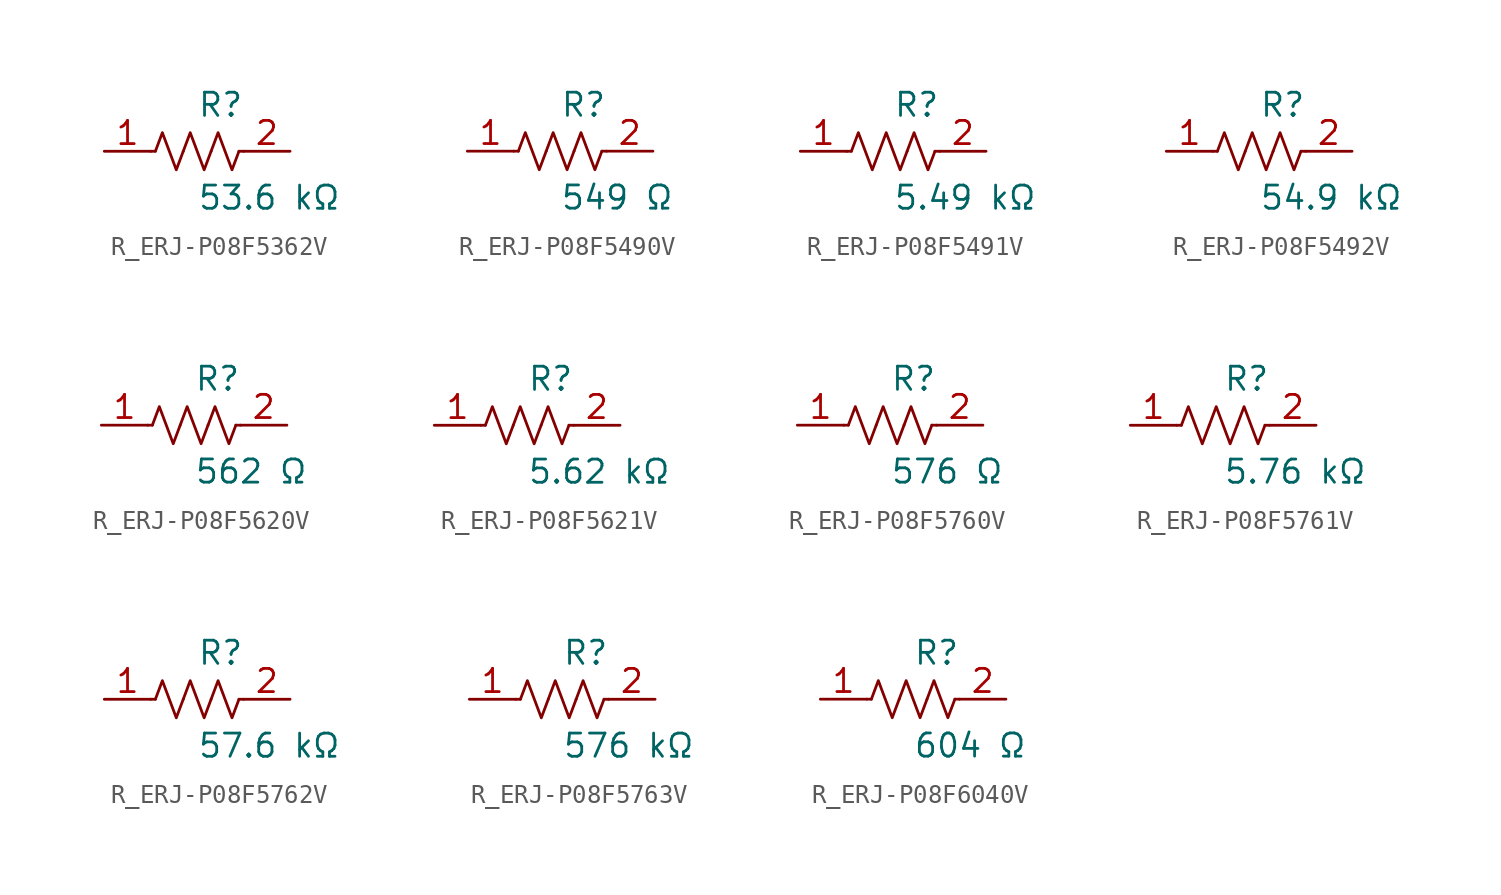
<source format=kicad_sym>
(kicad_symbol_lib
  (version 20231120)
  (generator kicad_symbol_editor)
  (generator_version 8.0)
  (symbol "R_ERJ-P08F5362V"
    (pin_names
      (offset 0.254))
    (property "Reference" "R"
      (at 0.0 2.54 0)
      (effects (font (size 1.27 1.27)) (justify left)))
    (property "Value" "53.6 kΩ"
      (at 0.0 -2.54 0)
      (effects (font (size 1.27 1.27)) (justify left)))
    (symbol "R_ERJ-P08F5362V_0_1"
      (polyline (pts (xy 2.286 0) (xy 2.54 0)) (stroke (width 0) (type default)) (fill (type none)))
      (polyline (pts (xy -2.286 0) (xy -2.54 0)) (stroke (width 0) (type default)) (fill (type none)))
      (polyline (pts (xy 0.762 0) (xy 1.143 1.016) (xy 1.524 0) (xy 1.905 -1.016) (xy 2.286 0)) (stroke (width 0) (type default)) (fill (type none)))
      (polyline (pts (xy -0.762 0) (xy -0.381 1.016) (xy 0 0) (xy 0.381 -1.016) (xy 0.762 0)) (stroke (width 0) (type default)) (fill (type none)))
      (polyline (pts (xy -2.286 0) (xy -1.905 1.016) (xy -1.524 0) (xy -1.143 -1.016) (xy -0.762 0)) (stroke (width 0) (type default)) (fill (type none))))
    (pin unspecified line
      (at -5.08 0 0)
      (length 2.54)
      (name "" (effects (font (size 1.27 1.27))))
      (number "1" (effects (font (size 1.27 1.27)))))
    (pin unspecified line
      (at 5.08 0 180)
      (length 2.54)
      (name "" (effects (font (size 1.27 1.27))))
      (number "2" (effects (font (size 1.27 1.27))))))
  (symbol "R_ERJ-P08F5490V"
    (pin_names
      (offset 0.254))
    (property "Reference" "R"
      (at 0.0 2.54 0)
      (effects (font (size 1.27 1.27)) (justify left)))
    (property "Value" "549 Ω"
      (at 0.0 -2.54 0)
      (effects (font (size 1.27 1.27)) (justify left)))
    (symbol "R_ERJ-P08F5490V_0_1"
      (polyline (pts (xy 2.286 0) (xy 2.54 0)) (stroke (width 0) (type default)) (fill (type none)))
      (polyline (pts (xy -2.286 0) (xy -2.54 0)) (stroke (width 0) (type default)) (fill (type none)))
      (polyline (pts (xy 0.762 0) (xy 1.143 1.016) (xy 1.524 0) (xy 1.905 -1.016) (xy 2.286 0)) (stroke (width 0) (type default)) (fill (type none)))
      (polyline (pts (xy -0.762 0) (xy -0.381 1.016) (xy 0 0) (xy 0.381 -1.016) (xy 0.762 0)) (stroke (width 0) (type default)) (fill (type none)))
      (polyline (pts (xy -2.286 0) (xy -1.905 1.016) (xy -1.524 0) (xy -1.143 -1.016) (xy -0.762 0)) (stroke (width 0) (type default)) (fill (type none))))
    (pin unspecified line
      (at -5.08 0 0)
      (length 2.54)
      (name "" (effects (font (size 1.27 1.27))))
      (number "1" (effects (font (size 1.27 1.27)))))
    (pin unspecified line
      (at 5.08 0 180)
      (length 2.54)
      (name "" (effects (font (size 1.27 1.27))))
      (number "2" (effects (font (size 1.27 1.27))))))
  (symbol "R_ERJ-P08F5491V"
    (pin_names
      (offset 0.254))
    (property "Reference" "R"
      (at 0.0 2.54 0)
      (effects (font (size 1.27 1.27)) (justify left)))
    (property "Value" "5.49 kΩ"
      (at 0.0 -2.54 0)
      (effects (font (size 1.27 1.27)) (justify left)))
    (symbol "R_ERJ-P08F5491V_0_1"
      (polyline (pts (xy 2.286 0) (xy 2.54 0)) (stroke (width 0) (type default)) (fill (type none)))
      (polyline (pts (xy -2.286 0) (xy -2.54 0)) (stroke (width 0) (type default)) (fill (type none)))
      (polyline (pts (xy 0.762 0) (xy 1.143 1.016) (xy 1.524 0) (xy 1.905 -1.016) (xy 2.286 0)) (stroke (width 0) (type default)) (fill (type none)))
      (polyline (pts (xy -0.762 0) (xy -0.381 1.016) (xy 0 0) (xy 0.381 -1.016) (xy 0.762 0)) (stroke (width 0) (type default)) (fill (type none)))
      (polyline (pts (xy -2.286 0) (xy -1.905 1.016) (xy -1.524 0) (xy -1.143 -1.016) (xy -0.762 0)) (stroke (width 0) (type default)) (fill (type none))))
    (pin unspecified line
      (at -5.08 0 0)
      (length 2.54)
      (name "" (effects (font (size 1.27 1.27))))
      (number "1" (effects (font (size 1.27 1.27)))))
    (pin unspecified line
      (at 5.08 0 180)
      (length 2.54)
      (name "" (effects (font (size 1.27 1.27))))
      (number "2" (effects (font (size 1.27 1.27))))))
  (symbol "R_ERJ-P08F5492V"
    (pin_names
      (offset 0.254))
    (property "Reference" "R"
      (at 0.0 2.54 0)
      (effects (font (size 1.27 1.27)) (justify left)))
    (property "Value" "54.9 kΩ"
      (at 0.0 -2.54 0)
      (effects (font (size 1.27 1.27)) (justify left)))
    (symbol "R_ERJ-P08F5492V_0_1"
      (polyline (pts (xy 2.286 0) (xy 2.54 0)) (stroke (width 0) (type default)) (fill (type none)))
      (polyline (pts (xy -2.286 0) (xy -2.54 0)) (stroke (width 0) (type default)) (fill (type none)))
      (polyline (pts (xy 0.762 0) (xy 1.143 1.016) (xy 1.524 0) (xy 1.905 -1.016) (xy 2.286 0)) (stroke (width 0) (type default)) (fill (type none)))
      (polyline (pts (xy -0.762 0) (xy -0.381 1.016) (xy 0 0) (xy 0.381 -1.016) (xy 0.762 0)) (stroke (width 0) (type default)) (fill (type none)))
      (polyline (pts (xy -2.286 0) (xy -1.905 1.016) (xy -1.524 0) (xy -1.143 -1.016) (xy -0.762 0)) (stroke (width 0) (type default)) (fill (type none))))
    (pin unspecified line
      (at -5.08 0 0)
      (length 2.54)
      (name "" (effects (font (size 1.27 1.27))))
      (number "1" (effects (font (size 1.27 1.27)))))
    (pin unspecified line
      (at 5.08 0 180)
      (length 2.54)
      (name "" (effects (font (size 1.27 1.27))))
      (number "2" (effects (font (size 1.27 1.27))))))
  (symbol "R_ERJ-P08F5620V"
    (pin_names
      (offset 0.254))
    (property "Reference" "R"
      (at 0.0 2.54 0)
      (effects (font (size 1.27 1.27)) (justify left)))
    (property "Value" "562 Ω"
      (at 0.0 -2.54 0)
      (effects (font (size 1.27 1.27)) (justify left)))
    (symbol "R_ERJ-P08F5620V_0_1"
      (polyline (pts (xy 2.286 0) (xy 2.54 0)) (stroke (width 0) (type default)) (fill (type none)))
      (polyline (pts (xy -2.286 0) (xy -2.54 0)) (stroke (width 0) (type default)) (fill (type none)))
      (polyline (pts (xy 0.762 0) (xy 1.143 1.016) (xy 1.524 0) (xy 1.905 -1.016) (xy 2.286 0)) (stroke (width 0) (type default)) (fill (type none)))
      (polyline (pts (xy -0.762 0) (xy -0.381 1.016) (xy 0 0) (xy 0.381 -1.016) (xy 0.762 0)) (stroke (width 0) (type default)) (fill (type none)))
      (polyline (pts (xy -2.286 0) (xy -1.905 1.016) (xy -1.524 0) (xy -1.143 -1.016) (xy -0.762 0)) (stroke (width 0) (type default)) (fill (type none))))
    (pin unspecified line
      (at -5.08 0 0)
      (length 2.54)
      (name "" (effects (font (size 1.27 1.27))))
      (number "1" (effects (font (size 1.27 1.27)))))
    (pin unspecified line
      (at 5.08 0 180)
      (length 2.54)
      (name "" (effects (font (size 1.27 1.27))))
      (number "2" (effects (font (size 1.27 1.27))))))
  (symbol "R_ERJ-P08F5621V"
    (pin_names
      (offset 0.254))
    (property "Reference" "R"
      (at 0.0 2.54 0)
      (effects (font (size 1.27 1.27)) (justify left)))
    (property "Value" "5.62 kΩ"
      (at 0.0 -2.54 0)
      (effects (font (size 1.27 1.27)) (justify left)))
    (symbol "R_ERJ-P08F5621V_0_1"
      (polyline (pts (xy 2.286 0) (xy 2.54 0)) (stroke (width 0) (type default)) (fill (type none)))
      (polyline (pts (xy -2.286 0) (xy -2.54 0)) (stroke (width 0) (type default)) (fill (type none)))
      (polyline (pts (xy 0.762 0) (xy 1.143 1.016) (xy 1.524 0) (xy 1.905 -1.016) (xy 2.286 0)) (stroke (width 0) (type default)) (fill (type none)))
      (polyline (pts (xy -0.762 0) (xy -0.381 1.016) (xy 0 0) (xy 0.381 -1.016) (xy 0.762 0)) (stroke (width 0) (type default)) (fill (type none)))
      (polyline (pts (xy -2.286 0) (xy -1.905 1.016) (xy -1.524 0) (xy -1.143 -1.016) (xy -0.762 0)) (stroke (width 0) (type default)) (fill (type none))))
    (pin unspecified line
      (at -5.08 0 0)
      (length 2.54)
      (name "" (effects (font (size 1.27 1.27))))
      (number "1" (effects (font (size 1.27 1.27)))))
    (pin unspecified line
      (at 5.08 0 180)
      (length 2.54)
      (name "" (effects (font (size 1.27 1.27))))
      (number "2" (effects (font (size 1.27 1.27))))))
  (symbol "R_ERJ-P08F5760V"
    (pin_names
      (offset 0.254))
    (property "Reference" "R"
      (at 0.0 2.54 0)
      (effects (font (size 1.27 1.27)) (justify left)))
    (property "Value" "576 Ω"
      (at 0.0 -2.54 0)
      (effects (font (size 1.27 1.27)) (justify left)))
    (symbol "R_ERJ-P08F5760V_0_1"
      (polyline (pts (xy 2.286 0) (xy 2.54 0)) (stroke (width 0) (type default)) (fill (type none)))
      (polyline (pts (xy -2.286 0) (xy -2.54 0)) (stroke (width 0) (type default)) (fill (type none)))
      (polyline (pts (xy 0.762 0) (xy 1.143 1.016) (xy 1.524 0) (xy 1.905 -1.016) (xy 2.286 0)) (stroke (width 0) (type default)) (fill (type none)))
      (polyline (pts (xy -0.762 0) (xy -0.381 1.016) (xy 0 0) (xy 0.381 -1.016) (xy 0.762 0)) (stroke (width 0) (type default)) (fill (type none)))
      (polyline (pts (xy -2.286 0) (xy -1.905 1.016) (xy -1.524 0) (xy -1.143 -1.016) (xy -0.762 0)) (stroke (width 0) (type default)) (fill (type none))))
    (pin unspecified line
      (at -5.08 0 0)
      (length 2.54)
      (name "" (effects (font (size 1.27 1.27))))
      (number "1" (effects (font (size 1.27 1.27)))))
    (pin unspecified line
      (at 5.08 0 180)
      (length 2.54)
      (name "" (effects (font (size 1.27 1.27))))
      (number "2" (effects (font (size 1.27 1.27))))))
  (symbol "R_ERJ-P08F5761V"
    (pin_names
      (offset 0.254))
    (property "Reference" "R"
      (at 0.0 2.54 0)
      (effects (font (size 1.27 1.27)) (justify left)))
    (property "Value" "5.76 kΩ"
      (at 0.0 -2.54 0)
      (effects (font (size 1.27 1.27)) (justify left)))
    (symbol "R_ERJ-P08F5761V_0_1"
      (polyline (pts (xy 2.286 0) (xy 2.54 0)) (stroke (width 0) (type default)) (fill (type none)))
      (polyline (pts (xy -2.286 0) (xy -2.54 0)) (stroke (width 0) (type default)) (fill (type none)))
      (polyline (pts (xy 0.762 0) (xy 1.143 1.016) (xy 1.524 0) (xy 1.905 -1.016) (xy 2.286 0)) (stroke (width 0) (type default)) (fill (type none)))
      (polyline (pts (xy -0.762 0) (xy -0.381 1.016) (xy 0 0) (xy 0.381 -1.016) (xy 0.762 0)) (stroke (width 0) (type default)) (fill (type none)))
      (polyline (pts (xy -2.286 0) (xy -1.905 1.016) (xy -1.524 0) (xy -1.143 -1.016) (xy -0.762 0)) (stroke (width 0) (type default)) (fill (type none))))
    (pin unspecified line
      (at -5.08 0 0)
      (length 2.54)
      (name "" (effects (font (size 1.27 1.27))))
      (number "1" (effects (font (size 1.27 1.27)))))
    (pin unspecified line
      (at 5.08 0 180)
      (length 2.54)
      (name "" (effects (font (size 1.27 1.27))))
      (number "2" (effects (font (size 1.27 1.27))))))
  (symbol "R_ERJ-P08F5762V"
    (pin_names
      (offset 0.254))
    (property "Reference" "R"
      (at 0.0 2.54 0)
      (effects (font (size 1.27 1.27)) (justify left)))
    (property "Value" "57.6 kΩ"
      (at 0.0 -2.54 0)
      (effects (font (size 1.27 1.27)) (justify left)))
    (symbol "R_ERJ-P08F5762V_0_1"
      (polyline (pts (xy 2.286 0) (xy 2.54 0)) (stroke (width 0) (type default)) (fill (type none)))
      (polyline (pts (xy -2.286 0) (xy -2.54 0)) (stroke (width 0) (type default)) (fill (type none)))
      (polyline (pts (xy 0.762 0) (xy 1.143 1.016) (xy 1.524 0) (xy 1.905 -1.016) (xy 2.286 0)) (stroke (width 0) (type default)) (fill (type none)))
      (polyline (pts (xy -0.762 0) (xy -0.381 1.016) (xy 0 0) (xy 0.381 -1.016) (xy 0.762 0)) (stroke (width 0) (type default)) (fill (type none)))
      (polyline (pts (xy -2.286 0) (xy -1.905 1.016) (xy -1.524 0) (xy -1.143 -1.016) (xy -0.762 0)) (stroke (width 0) (type default)) (fill (type none))))
    (pin unspecified line
      (at -5.08 0 0)
      (length 2.54)
      (name "" (effects (font (size 1.27 1.27))))
      (number "1" (effects (font (size 1.27 1.27)))))
    (pin unspecified line
      (at 5.08 0 180)
      (length 2.54)
      (name "" (effects (font (size 1.27 1.27))))
      (number "2" (effects (font (size 1.27 1.27))))))
  (symbol "R_ERJ-P08F5763V"
    (pin_names
      (offset 0.254))
    (property "Reference" "R"
      (at 0.0 2.54 0)
      (effects (font (size 1.27 1.27)) (justify left)))
    (property "Value" "576 kΩ"
      (at 0.0 -2.54 0)
      (effects (font (size 1.27 1.27)) (justify left)))
    (symbol "R_ERJ-P08F5763V_0_1"
      (polyline (pts (xy 2.286 0) (xy 2.54 0)) (stroke (width 0) (type default)) (fill (type none)))
      (polyline (pts (xy -2.286 0) (xy -2.54 0)) (stroke (width 0) (type default)) (fill (type none)))
      (polyline (pts (xy 0.762 0) (xy 1.143 1.016) (xy 1.524 0) (xy 1.905 -1.016) (xy 2.286 0)) (stroke (width 0) (type default)) (fill (type none)))
      (polyline (pts (xy -0.762 0) (xy -0.381 1.016) (xy 0 0) (xy 0.381 -1.016) (xy 0.762 0)) (stroke (width 0) (type default)) (fill (type none)))
      (polyline (pts (xy -2.286 0) (xy -1.905 1.016) (xy -1.524 0) (xy -1.143 -1.016) (xy -0.762 0)) (stroke (width 0) (type default)) (fill (type none))))
    (pin unspecified line
      (at -5.08 0 0)
      (length 2.54)
      (name "" (effects (font (size 1.27 1.27))))
      (number "1" (effects (font (size 1.27 1.27)))))
    (pin unspecified line
      (at 5.08 0 180)
      (length 2.54)
      (name "" (effects (font (size 1.27 1.27))))
      (number "2" (effects (font (size 1.27 1.27))))))
  (symbol "R_ERJ-P08F6040V"
    (pin_names
      (offset 0.254))
    (property "Reference" "R"
      (at 0.0 2.54 0)
      (effects (font (size 1.27 1.27)) (justify left)))
    (property "Value" "604 Ω"
      (at 0.0 -2.54 0)
      (effects (font (size 1.27 1.27)) (justify left)))
    (symbol "R_ERJ-P08F6040V_0_1"
      (polyline (pts (xy 2.286 0) (xy 2.54 0)) (stroke (width 0) (type default)) (fill (type none)))
      (polyline (pts (xy -2.286 0) (xy -2.54 0)) (stroke (width 0) (type default)) (fill (type none)))
      (polyline (pts (xy 0.762 0) (xy 1.143 1.016) (xy 1.524 0) (xy 1.905 -1.016) (xy 2.286 0)) (stroke (width 0) (type default)) (fill (type none)))
      (polyline (pts (xy -0.762 0) (xy -0.381 1.016) (xy 0 0) (xy 0.381 -1.016) (xy 0.762 0)) (stroke (width 0) (type default)) (fill (type none)))
      (polyline (pts (xy -2.286 0) (xy -1.905 1.016) (xy -1.524 0) (xy -1.143 -1.016) (xy -0.762 0)) (stroke (width 0) (type default)) (fill (type none))))
    (pin unspecified line
      (at -5.08 0 0)
      (length 2.54)
      (name "" (effects (font (size 1.27 1.27))))
      (number "1" (effects (font (size 1.27 1.27)))))
    (pin unspecified line
      (at 5.08 0 180)
      (length 2.54)
      (name "" (effects (font (size 1.27 1.27))))
      (number "2" (effects (font (size 1.27 1.27)))))))
</source>
